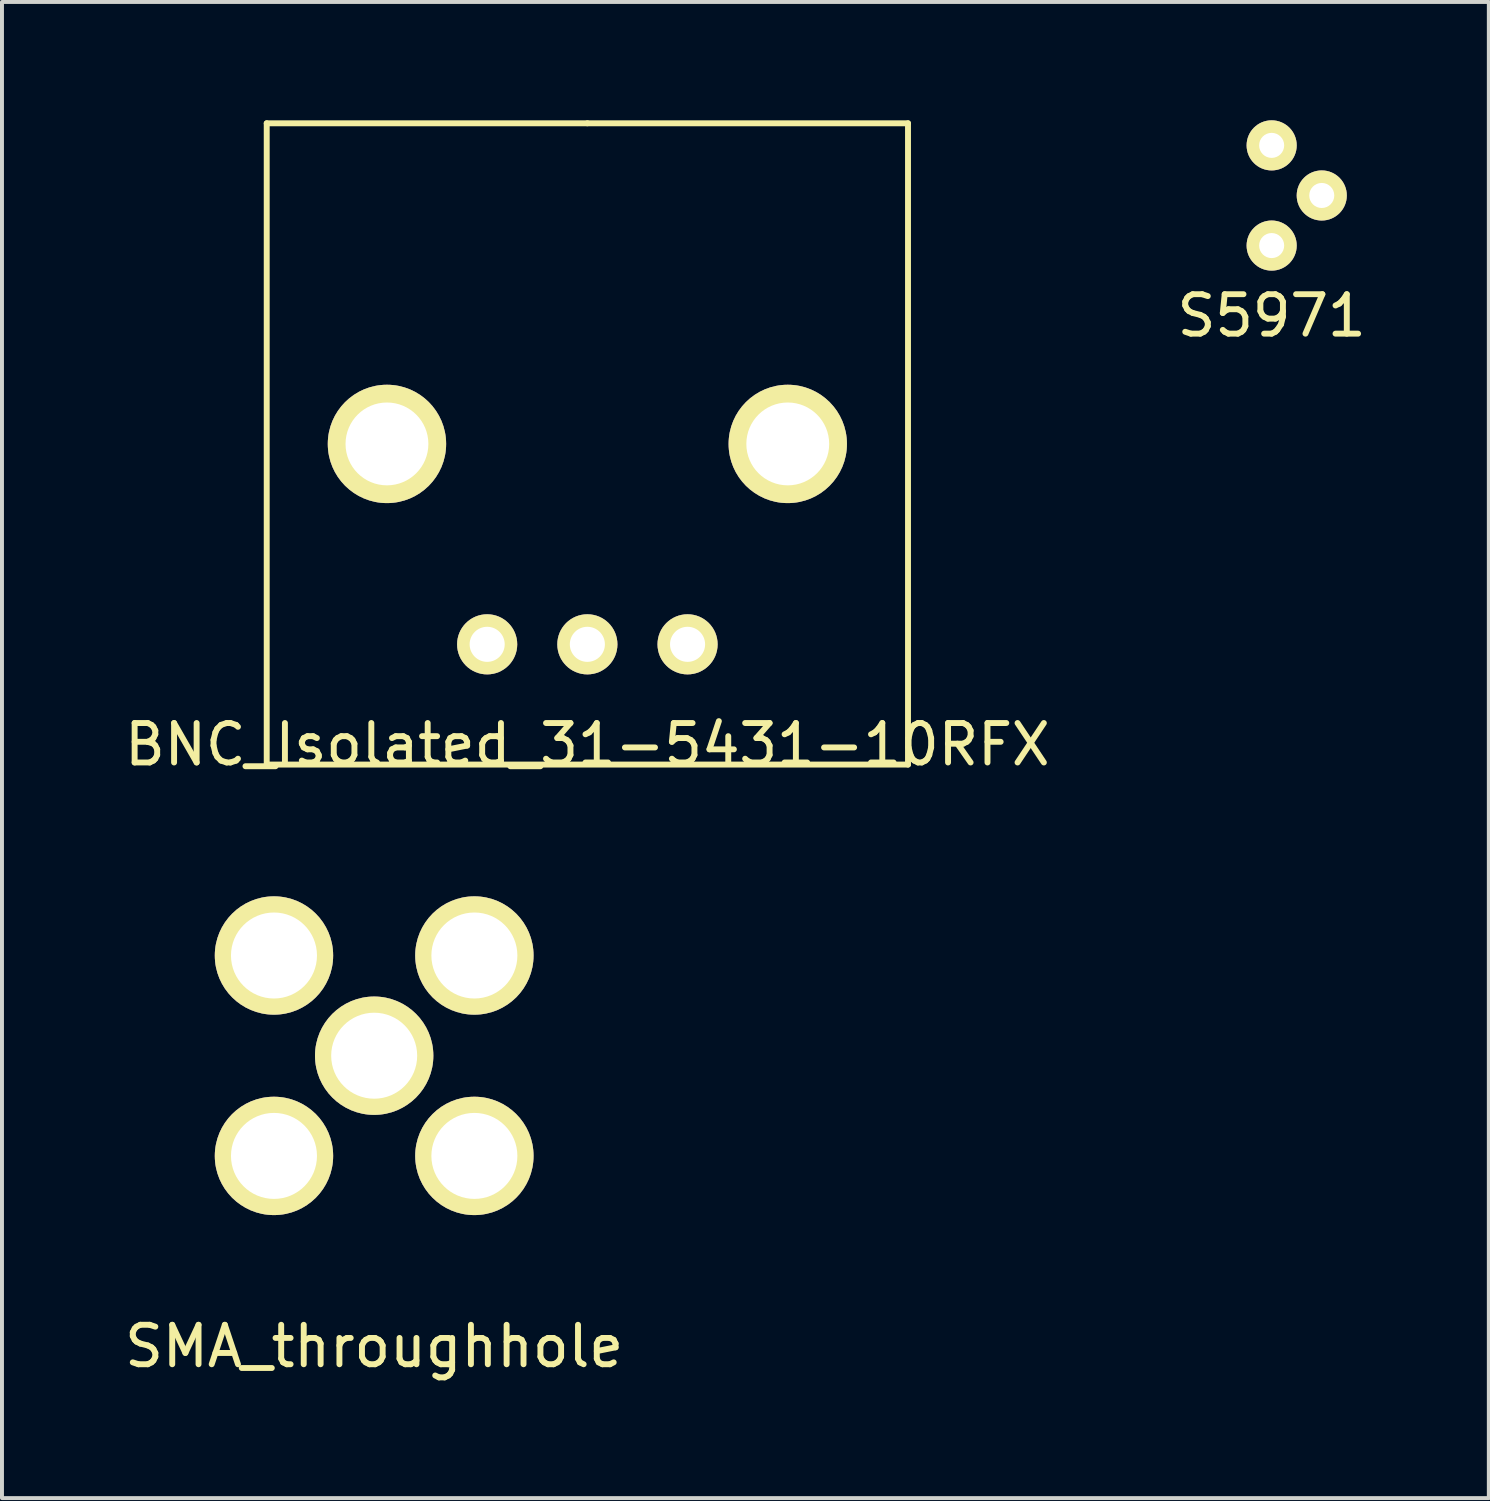
<source format=kicad_pcb>
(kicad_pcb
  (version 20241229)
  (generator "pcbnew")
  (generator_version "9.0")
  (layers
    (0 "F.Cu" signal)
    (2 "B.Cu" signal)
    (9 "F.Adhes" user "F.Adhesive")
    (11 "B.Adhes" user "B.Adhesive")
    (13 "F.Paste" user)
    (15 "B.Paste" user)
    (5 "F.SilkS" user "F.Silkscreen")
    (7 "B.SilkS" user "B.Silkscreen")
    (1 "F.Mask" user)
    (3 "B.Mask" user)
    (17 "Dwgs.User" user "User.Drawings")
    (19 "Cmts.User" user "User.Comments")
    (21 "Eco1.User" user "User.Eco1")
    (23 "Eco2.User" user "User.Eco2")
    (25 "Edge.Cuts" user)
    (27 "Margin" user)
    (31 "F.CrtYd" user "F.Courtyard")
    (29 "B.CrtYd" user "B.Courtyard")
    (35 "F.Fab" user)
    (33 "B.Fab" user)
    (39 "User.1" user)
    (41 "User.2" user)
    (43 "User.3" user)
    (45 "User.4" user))
  (footprint "S5971"
    (layer "F.Cu")
    (at 29.185 1.905)
    (property "Reference" "S5971" (at 0 3.048 0) (layer "F.SilkS") (effects (font (size 1 1) (thickness 0.15))))
    (attr through_hole)
    (pad "1" thru_hole circle (at 0 -1.27) (size 1.27 1.27) (drill 0.635) (layers "*.Cu" "*.Mask" "F.SilkS"))
    (pad "2" thru_hole circle (at 1.27 0) (size 1.27 1.27) (drill 0.635) (layers "*.Cu" "*.Mask" "F.SilkS"))
    (pad "3" thru_hole circle (at 0 1.27) (size 1.27 1.27) (drill 0.635) (layers "*.Cu" "*.Mask" "F.SilkS")))
  (footprint "BNC_Isolated_31-5431-10RFX"
    (layer "F.Cu")
    (at 11.839 8.203)
    (property "Reference" "BNC_Isolated_31-5431-10RFX" (at 0 7.62 0) (layer "F.SilkS") (effects (font (size 1 1) (thickness 0.15))))
    (attr through_hole)
    (fp_line (start -8.128 -8.128) (end 0 -8.128) (stroke (width 0.15) (type solid)) (layer "F.SilkS"))
    (fp_line (start -8.128 8.128) (end -8.128 -8.128) (stroke (width 0.15) (type solid)) (layer "F.SilkS"))
    (fp_line (start 0 -8.128) (end 8.128 -8.128) (stroke (width 0.15) (type solid)) (layer "F.SilkS"))
    (fp_line (start 8.128 -8.128) (end 8.128 8.128) (stroke (width 0.15) (type solid)) (layer "F.SilkS"))
    (fp_line (start 8.128 8.128) (end -8.128 8.128) (stroke (width 0.15) (type solid)) (layer "F.SilkS"))
    (pad "1" thru_hole circle (at 0 5.08) (size 1.524 1.524) (drill 0.889) (layers "*.Cu" "*.Mask" "F.SilkS"))
    (pad "2" thru_hole circle (at -2.54 5.08) (size 1.524 1.524) (drill 0.889) (layers "*.Cu" "*.Mask" "F.SilkS"))
    (pad "2" thru_hole circle (at 2.54 5.08) (size 1.524 1.524) (drill 0.889) (layers "*.Cu" "*.Mask" "F.SilkS"))
    (pad "3" thru_hole circle (at -5.08 0) (size 3 3) (drill 2.1) (layers "*.Cu" "*.Mask" "F.SilkS"))
    (pad "4" thru_hole circle (at 5.08 0) (size 3 3) (drill 2.1) (layers "*.Cu" "*.Mask" "F.SilkS")))
  (footprint "SMA_throughhole"
    (layer "F.Cu")
    (at 6.435 23.711)
    (property "Reference" "SMA_throughhole" (at 0 7.366 0) (layer "F.SilkS") (effects (font (size 1 1) (thickness 0.15))))
    (attr through_hole)
    (pad "1" thru_hole circle (at 0 0) (size 3 3) (drill 2.18) (layers "*.Cu" "*.Mask" "F.SilkS"))
    (pad "2" thru_hole circle (at -2.54 -2.54) (size 3 3) (drill 2.18) (layers "*.Cu" "*.Mask" "F.SilkS"))
    (pad "2" thru_hole circle (at -2.54 2.54) (size 3 3) (drill 2.18) (layers "*.Cu" "*.Mask" "F.SilkS"))
    (pad "2" thru_hole circle (at 2.54 -2.54) (size 3 3) (drill 2.18) (layers "*.Cu" "*.Mask" "F.SilkS"))
    (pad "2" thru_hole circle (at 2.54 2.54) (size 3 3) (drill 2.18) (layers "*.Cu" "*.Mask" "F.SilkS")))
  (gr_rect
    (start -3 -3)
    (end 34.69 34.925)
    (stroke (width 0.1) (type default))
    (fill no)
    (layer "Edge.Cuts")))
</source>
